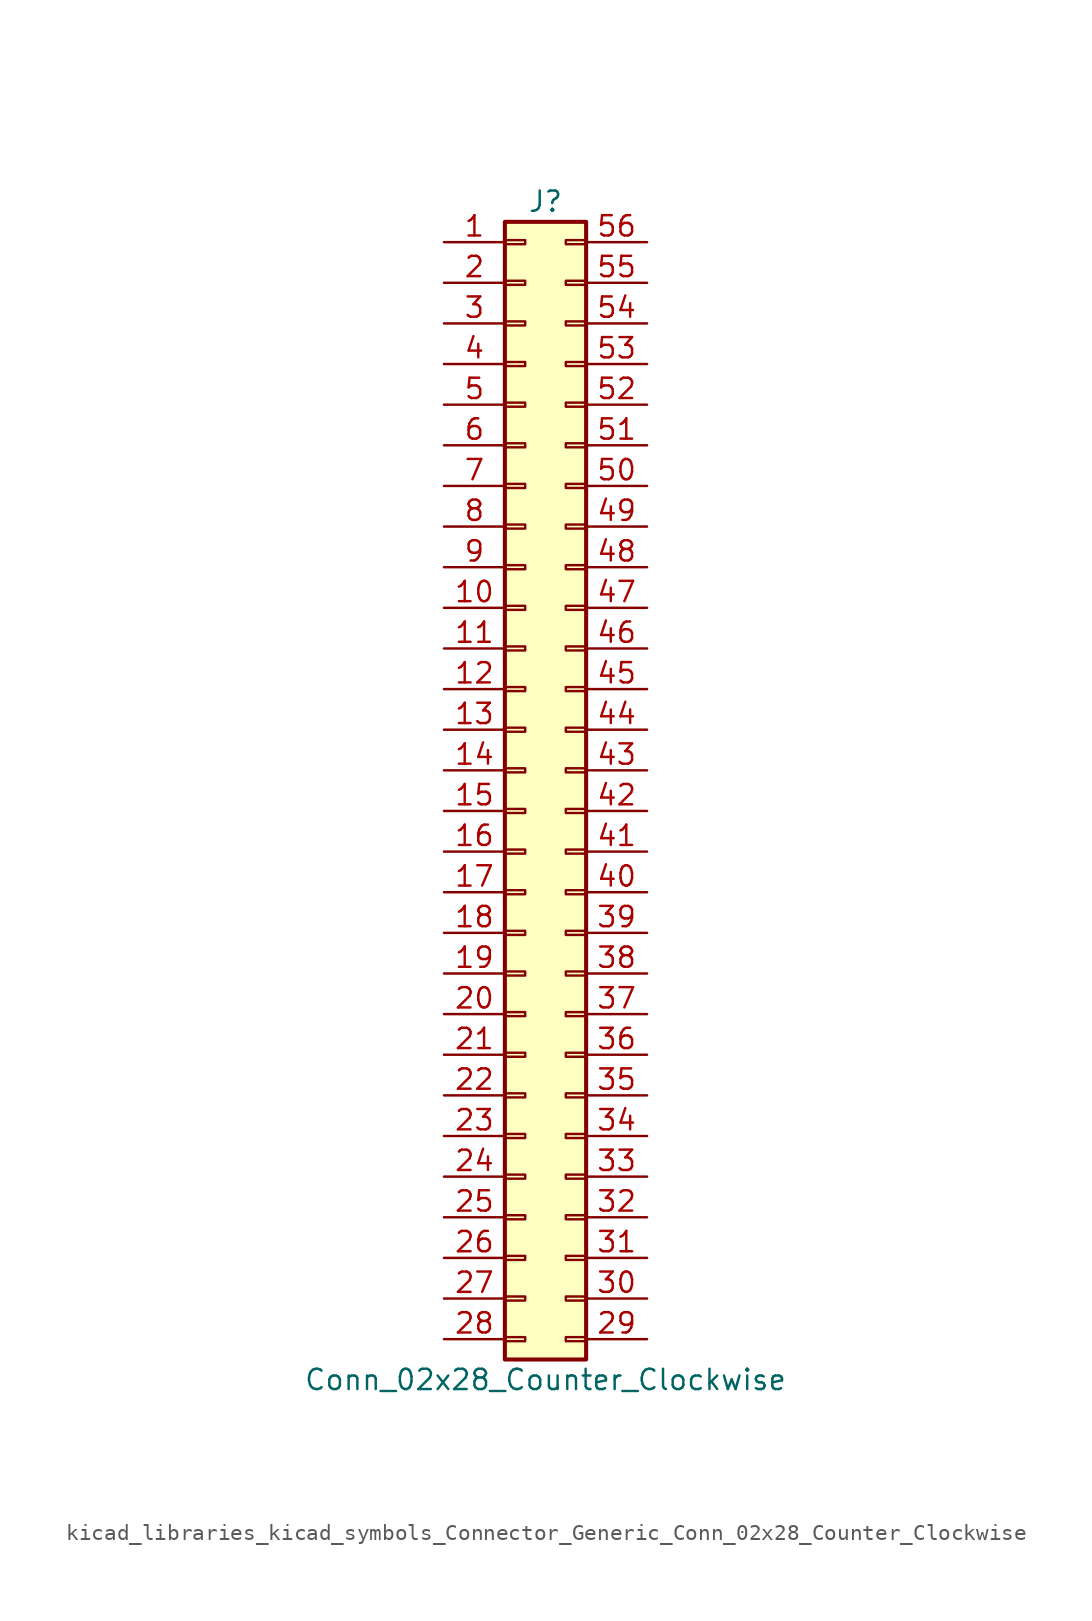
<source format=kicad_sym>
(kicad_symbol_lib
  (version 20220914)
  (generator kicad_symbol_editor)
  (symbol "kicad_libraries_kicad_symbols_Connector_Generic_Conn_02x28_Counter_Clockwise"
    (pin_names
      (offset 1.016) hide)
    (property "Reference" "J"
      (at 1.27 35.56 0)
      (effects (font (size 1.27 1.27))))
    (property "Value" "Conn_02x28_Counter_Clockwise"
      (at 1.27 -38.1 0)
      (effects (font (size 1.27 1.27))))
    (symbol "kicad_libraries_kicad_symbols_Connector_Generic_Conn_02x28_Counter_Clockwise_1_1"
      (rectangle (start -1.27 -35.433) (end 0 -35.687) (stroke (width 0.152) (type default)) (fill (type none)))
      (rectangle (start -1.27 -32.893) (end 0 -33.147) (stroke (width 0.152) (type default)) (fill (type none)))
      (rectangle (start -1.27 -30.353) (end 0 -30.607) (stroke (width 0.152) (type default)) (fill (type none)))
      (rectangle (start -1.27 -27.813) (end 0 -28.067) (stroke (width 0.152) (type default)) (fill (type none)))
      (rectangle (start -1.27 -25.273) (end 0 -25.527) (stroke (width 0.152) (type default)) (fill (type none)))
      (rectangle (start -1.27 -22.733) (end 0 -22.987) (stroke (width 0.152) (type default)) (fill (type none)))
      (rectangle (start -1.27 -20.193) (end 0 -20.447) (stroke (width 0.152) (type default)) (fill (type none)))
      (rectangle (start -1.27 -17.653) (end 0 -17.907) (stroke (width 0.152) (type default)) (fill (type none)))
      (rectangle (start -1.27 -15.113) (end 0 -15.367) (stroke (width 0.152) (type default)) (fill (type none)))
      (rectangle (start -1.27 -12.573) (end 0 -12.827) (stroke (width 0.152) (type default)) (fill (type none)))
      (rectangle (start -1.27 -10.033) (end 0 -10.287) (stroke (width 0.152) (type default)) (fill (type none)))
      (rectangle (start -1.27 -7.493) (end 0 -7.747) (stroke (width 0.152) (type default)) (fill (type none)))
      (rectangle (start -1.27 -4.953) (end 0 -5.207) (stroke (width 0.152) (type default)) (fill (type none)))
      (rectangle (start -1.27 -2.413) (end 0 -2.667) (stroke (width 0.152) (type default)) (fill (type none)))
      (rectangle (start -1.27 0.127) (end 0 -0.127) (stroke (width 0.152) (type default)) (fill (type none)))
      (rectangle (start -1.27 2.667) (end 0 2.413) (stroke (width 0.152) (type default)) (fill (type none)))
      (rectangle (start -1.27 5.207) (end 0 4.953) (stroke (width 0.152) (type default)) (fill (type none)))
      (rectangle (start -1.27 7.747) (end 0 7.493) (stroke (width 0.152) (type default)) (fill (type none)))
      (rectangle (start -1.27 10.287) (end 0 10.033) (stroke (width 0.152) (type default)) (fill (type none)))
      (rectangle (start -1.27 12.827) (end 0 12.573) (stroke (width 0.152) (type default)) (fill (type none)))
      (rectangle (start -1.27 15.367) (end 0 15.113) (stroke (width 0.152) (type default)) (fill (type none)))
      (rectangle (start -1.27 17.907) (end 0 17.653) (stroke (width 0.152) (type default)) (fill (type none)))
      (rectangle (start -1.27 20.447) (end 0 20.193) (stroke (width 0.152) (type default)) (fill (type none)))
      (rectangle (start -1.27 22.987) (end 0 22.733) (stroke (width 0.152) (type default)) (fill (type none)))
      (rectangle (start -1.27 25.527) (end 0 25.273) (stroke (width 0.152) (type default)) (fill (type none)))
      (rectangle (start -1.27 28.067) (end 0 27.813) (stroke (width 0.152) (type default)) (fill (type none)))
      (rectangle (start -1.27 30.607) (end 0 30.353) (stroke (width 0.152) (type default)) (fill (type none)))
      (rectangle (start -1.27 33.147) (end 0 32.893) (stroke (width 0.152) (type default)) (fill (type none)))
      (rectangle (start -1.27 34.29) (end 3.81 -36.83) (stroke (width 0.254) (type default)) (fill (type background)))
      (rectangle (start 3.81 -35.433) (end 2.54 -35.687) (stroke (width 0.152) (type default)) (fill (type none)))
      (rectangle (start 3.81 -32.893) (end 2.54 -33.147) (stroke (width 0.152) (type default)) (fill (type none)))
      (rectangle (start 3.81 -30.353) (end 2.54 -30.607) (stroke (width 0.152) (type default)) (fill (type none)))
      (rectangle (start 3.81 -27.813) (end 2.54 -28.067) (stroke (width 0.152) (type default)) (fill (type none)))
      (rectangle (start 3.81 -25.273) (end 2.54 -25.527) (stroke (width 0.152) (type default)) (fill (type none)))
      (rectangle (start 3.81 -22.733) (end 2.54 -22.987) (stroke (width 0.152) (type default)) (fill (type none)))
      (rectangle (start 3.81 -20.193) (end 2.54 -20.447) (stroke (width 0.152) (type default)) (fill (type none)))
      (rectangle (start 3.81 -17.653) (end 2.54 -17.907) (stroke (width 0.152) (type default)) (fill (type none)))
      (rectangle (start 3.81 -15.113) (end 2.54 -15.367) (stroke (width 0.152) (type default)) (fill (type none)))
      (rectangle (start 3.81 -12.573) (end 2.54 -12.827) (stroke (width 0.152) (type default)) (fill (type none)))
      (rectangle (start 3.81 -10.033) (end 2.54 -10.287) (stroke (width 0.152) (type default)) (fill (type none)))
      (rectangle (start 3.81 -7.493) (end 2.54 -7.747) (stroke (width 0.152) (type default)) (fill (type none)))
      (rectangle (start 3.81 -4.953) (end 2.54 -5.207) (stroke (width 0.152) (type default)) (fill (type none)))
      (rectangle (start 3.81 -2.413) (end 2.54 -2.667) (stroke (width 0.152) (type default)) (fill (type none)))
      (rectangle (start 3.81 0.127) (end 2.54 -0.127) (stroke (width 0.152) (type default)) (fill (type none)))
      (rectangle (start 3.81 2.667) (end 2.54 2.413) (stroke (width 0.152) (type default)) (fill (type none)))
      (rectangle (start 3.81 5.207) (end 2.54 4.953) (stroke (width 0.152) (type default)) (fill (type none)))
      (rectangle (start 3.81 7.747) (end 2.54 7.493) (stroke (width 0.152) (type default)) (fill (type none)))
      (rectangle (start 3.81 10.287) (end 2.54 10.033) (stroke (width 0.152) (type default)) (fill (type none)))
      (rectangle (start 3.81 12.827) (end 2.54 12.573) (stroke (width 0.152) (type default)) (fill (type none)))
      (rectangle (start 3.81 15.367) (end 2.54 15.113) (stroke (width 0.152) (type default)) (fill (type none)))
      (rectangle (start 3.81 17.907) (end 2.54 17.653) (stroke (width 0.152) (type default)) (fill (type none)))
      (rectangle (start 3.81 20.447) (end 2.54 20.193) (stroke (width 0.152) (type default)) (fill (type none)))
      (rectangle (start 3.81 22.987) (end 2.54 22.733) (stroke (width 0.152) (type default)) (fill (type none)))
      (rectangle (start 3.81 25.527) (end 2.54 25.273) (stroke (width 0.152) (type default)) (fill (type none)))
      (rectangle (start 3.81 28.067) (end 2.54 27.813) (stroke (width 0.152) (type default)) (fill (type none)))
      (rectangle (start 3.81 30.607) (end 2.54 30.353) (stroke (width 0.152) (type default)) (fill (type none)))
      (rectangle (start 3.81 33.147) (end 2.54 32.893) (stroke (width 0.152) (type default)) (fill (type none)))
      (pin passive line (at -5.08 33.02 0) (length 3.81) (name "Pin_1" (effects (font (size 1.27 1.27)))) (number "1" (effects (font (size 1.27 1.27)))))
      (pin passive line (at -5.08 10.16 0) (length 3.81) (name "Pin_10" (effects (font (size 1.27 1.27)))) (number "10" (effects (font (size 1.27 1.27)))))
      (pin passive line (at -5.08 7.62 0) (length 3.81) (name "Pin_11" (effects (font (size 1.27 1.27)))) (number "11" (effects (font (size 1.27 1.27)))))
      (pin passive line (at -5.08 5.08 0) (length 3.81) (name "Pin_12" (effects (font (size 1.27 1.27)))) (number "12" (effects (font (size 1.27 1.27)))))
      (pin passive line (at -5.08 2.54 0) (length 3.81) (name "Pin_13" (effects (font (size 1.27 1.27)))) (number "13" (effects (font (size 1.27 1.27)))))
      (pin passive line (at -5.08 0 0) (length 3.81) (name "Pin_14" (effects (font (size 1.27 1.27)))) (number "14" (effects (font (size 1.27 1.27)))))
      (pin passive line (at -5.08 -2.54 0) (length 3.81) (name "Pin_15" (effects (font (size 1.27 1.27)))) (number "15" (effects (font (size 1.27 1.27)))))
      (pin passive line (at -5.08 -5.08 0) (length 3.81) (name "Pin_16" (effects (font (size 1.27 1.27)))) (number "16" (effects (font (size 1.27 1.27)))))
      (pin passive line (at -5.08 -7.62 0) (length 3.81) (name "Pin_17" (effects (font (size 1.27 1.27)))) (number "17" (effects (font (size 1.27 1.27)))))
      (pin passive line (at -5.08 -10.16 0) (length 3.81) (name "Pin_18" (effects (font (size 1.27 1.27)))) (number "18" (effects (font (size 1.27 1.27)))))
      (pin passive line (at -5.08 -12.7 0) (length 3.81) (name "Pin_19" (effects (font (size 1.27 1.27)))) (number "19" (effects (font (size 1.27 1.27)))))
      (pin passive line (at -5.08 30.48 0) (length 3.81) (name "Pin_2" (effects (font (size 1.27 1.27)))) (number "2" (effects (font (size 1.27 1.27)))))
      (pin passive line (at -5.08 -15.24 0) (length 3.81) (name "Pin_20" (effects (font (size 1.27 1.27)))) (number "20" (effects (font (size 1.27 1.27)))))
      (pin passive line (at -5.08 -17.78 0) (length 3.81) (name "Pin_21" (effects (font (size 1.27 1.27)))) (number "21" (effects (font (size 1.27 1.27)))))
      (pin passive line (at -5.08 -20.32 0) (length 3.81) (name "Pin_22" (effects (font (size 1.27 1.27)))) (number "22" (effects (font (size 1.27 1.27)))))
      (pin passive line (at -5.08 -22.86 0) (length 3.81) (name "Pin_23" (effects (font (size 1.27 1.27)))) (number "23" (effects (font (size 1.27 1.27)))))
      (pin passive line (at -5.08 -25.4 0) (length 3.81) (name "Pin_24" (effects (font (size 1.27 1.27)))) (number "24" (effects (font (size 1.27 1.27)))))
      (pin passive line (at -5.08 -27.94 0) (length 3.81) (name "Pin_25" (effects (font (size 1.27 1.27)))) (number "25" (effects (font (size 1.27 1.27)))))
      (pin passive line (at -5.08 -30.48 0) (length 3.81) (name "Pin_26" (effects (font (size 1.27 1.27)))) (number "26" (effects (font (size 1.27 1.27)))))
      (pin passive line (at -5.08 -33.02 0) (length 3.81) (name "Pin_27" (effects (font (size 1.27 1.27)))) (number "27" (effects (font (size 1.27 1.27)))))
      (pin passive line (at -5.08 -35.56 0) (length 3.81) (name "Pin_28" (effects (font (size 1.27 1.27)))) (number "28" (effects (font (size 1.27 1.27)))))
      (pin passive line (at 7.62 -35.56 180) (length 3.81) (name "Pin_29" (effects (font (size 1.27 1.27)))) (number "29" (effects (font (size 1.27 1.27)))))
      (pin passive line (at -5.08 27.94 0) (length 3.81) (name "Pin_3" (effects (font (size 1.27 1.27)))) (number "3" (effects (font (size 1.27 1.27)))))
      (pin passive line (at 7.62 -33.02 180) (length 3.81) (name "Pin_30" (effects (font (size 1.27 1.27)))) (number "30" (effects (font (size 1.27 1.27)))))
      (pin passive line (at 7.62 -30.48 180) (length 3.81) (name "Pin_31" (effects (font (size 1.27 1.27)))) (number "31" (effects (font (size 1.27 1.27)))))
      (pin passive line (at 7.62 -27.94 180) (length 3.81) (name "Pin_32" (effects (font (size 1.27 1.27)))) (number "32" (effects (font (size 1.27 1.27)))))
      (pin passive line (at 7.62 -25.4 180) (length 3.81) (name "Pin_33" (effects (font (size 1.27 1.27)))) (number "33" (effects (font (size 1.27 1.27)))))
      (pin passive line (at 7.62 -22.86 180) (length 3.81) (name "Pin_34" (effects (font (size 1.27 1.27)))) (number "34" (effects (font (size 1.27 1.27)))))
      (pin passive line (at 7.62 -20.32 180) (length 3.81) (name "Pin_35" (effects (font (size 1.27 1.27)))) (number "35" (effects (font (size 1.27 1.27)))))
      (pin passive line (at 7.62 -17.78 180) (length 3.81) (name "Pin_36" (effects (font (size 1.27 1.27)))) (number "36" (effects (font (size 1.27 1.27)))))
      (pin passive line (at 7.62 -15.24 180) (length 3.81) (name "Pin_37" (effects (font (size 1.27 1.27)))) (number "37" (effects (font (size 1.27 1.27)))))
      (pin passive line (at 7.62 -12.7 180) (length 3.81) (name "Pin_38" (effects (font (size 1.27 1.27)))) (number "38" (effects (font (size 1.27 1.27)))))
      (pin passive line (at 7.62 -10.16 180) (length 3.81) (name "Pin_39" (effects (font (size 1.27 1.27)))) (number "39" (effects (font (size 1.27 1.27)))))
      (pin passive line (at -5.08 25.4 0) (length 3.81) (name "Pin_4" (effects (font (size 1.27 1.27)))) (number "4" (effects (font (size 1.27 1.27)))))
      (pin passive line (at 7.62 -7.62 180) (length 3.81) (name "Pin_40" (effects (font (size 1.27 1.27)))) (number "40" (effects (font (size 1.27 1.27)))))
      (pin passive line (at 7.62 -5.08 180) (length 3.81) (name "Pin_41" (effects (font (size 1.27 1.27)))) (number "41" (effects (font (size 1.27 1.27)))))
      (pin passive line (at 7.62 -2.54 180) (length 3.81) (name "Pin_42" (effects (font (size 1.27 1.27)))) (number "42" (effects (font (size 1.27 1.27)))))
      (pin passive line (at 7.62 0 180) (length 3.81) (name "Pin_43" (effects (font (size 1.27 1.27)))) (number "43" (effects (font (size 1.27 1.27)))))
      (pin passive line (at 7.62 2.54 180) (length 3.81) (name "Pin_44" (effects (font (size 1.27 1.27)))) (number "44" (effects (font (size 1.27 1.27)))))
      (pin passive line (at 7.62 5.08 180) (length 3.81) (name "Pin_45" (effects (font (size 1.27 1.27)))) (number "45" (effects (font (size 1.27 1.27)))))
      (pin passive line (at 7.62 7.62 180) (length 3.81) (name "Pin_46" (effects (font (size 1.27 1.27)))) (number "46" (effects (font (size 1.27 1.27)))))
      (pin passive line (at 7.62 10.16 180) (length 3.81) (name "Pin_47" (effects (font (size 1.27 1.27)))) (number "47" (effects (font (size 1.27 1.27)))))
      (pin passive line (at 7.62 12.7 180) (length 3.81) (name "Pin_48" (effects (font (size 1.27 1.27)))) (number "48" (effects (font (size 1.27 1.27)))))
      (pin passive line (at 7.62 15.24 180) (length 3.81) (name "Pin_49" (effects (font (size 1.27 1.27)))) (number "49" (effects (font (size 1.27 1.27)))))
      (pin passive line (at -5.08 22.86 0) (length 3.81) (name "Pin_5" (effects (font (size 1.27 1.27)))) (number "5" (effects (font (size 1.27 1.27)))))
      (pin passive line (at 7.62 17.78 180) (length 3.81) (name "Pin_50" (effects (font (size 1.27 1.27)))) (number "50" (effects (font (size 1.27 1.27)))))
      (pin passive line (at 7.62 20.32 180) (length 3.81) (name "Pin_51" (effects (font (size 1.27 1.27)))) (number "51" (effects (font (size 1.27 1.27)))))
      (pin passive line (at 7.62 22.86 180) (length 3.81) (name "Pin_52" (effects (font (size 1.27 1.27)))) (number "52" (effects (font (size 1.27 1.27)))))
      (pin passive line (at 7.62 25.4 180) (length 3.81) (name "Pin_53" (effects (font (size 1.27 1.27)))) (number "53" (effects (font (size 1.27 1.27)))))
      (pin passive line (at 7.62 27.94 180) (length 3.81) (name "Pin_54" (effects (font (size 1.27 1.27)))) (number "54" (effects (font (size 1.27 1.27)))))
      (pin passive line (at 7.62 30.48 180) (length 3.81) (name "Pin_55" (effects (font (size 1.27 1.27)))) (number "55" (effects (font (size 1.27 1.27)))))
      (pin passive line (at 7.62 33.02 180) (length 3.81) (name "Pin_56" (effects (font (size 1.27 1.27)))) (number "56" (effects (font (size 1.27 1.27)))))
      (pin passive line (at -5.08 20.32 0) (length 3.81) (name "Pin_6" (effects (font (size 1.27 1.27)))) (number "6" (effects (font (size 1.27 1.27)))))
      (pin passive line (at -5.08 17.78 0) (length 3.81) (name "Pin_7" (effects (font (size 1.27 1.27)))) (number "7" (effects (font (size 1.27 1.27)))))
      (pin passive line (at -5.08 15.24 0) (length 3.81) (name "Pin_8" (effects (font (size 1.27 1.27)))) (number "8" (effects (font (size 1.27 1.27)))))
      (pin passive line (at -5.08 12.7 0) (length 3.81) (name "Pin_9" (effects (font (size 1.27 1.27)))) (number "9" (effects (font (size 1.27 1.27))))))))
</source>
